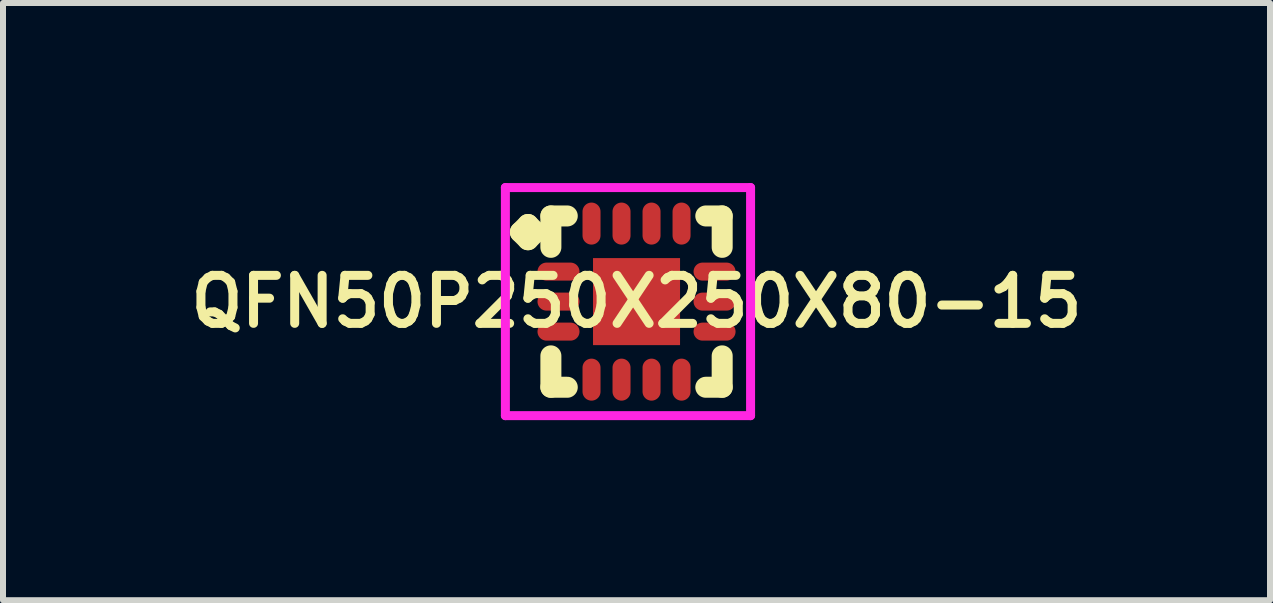
<source format=kicad_pcb>
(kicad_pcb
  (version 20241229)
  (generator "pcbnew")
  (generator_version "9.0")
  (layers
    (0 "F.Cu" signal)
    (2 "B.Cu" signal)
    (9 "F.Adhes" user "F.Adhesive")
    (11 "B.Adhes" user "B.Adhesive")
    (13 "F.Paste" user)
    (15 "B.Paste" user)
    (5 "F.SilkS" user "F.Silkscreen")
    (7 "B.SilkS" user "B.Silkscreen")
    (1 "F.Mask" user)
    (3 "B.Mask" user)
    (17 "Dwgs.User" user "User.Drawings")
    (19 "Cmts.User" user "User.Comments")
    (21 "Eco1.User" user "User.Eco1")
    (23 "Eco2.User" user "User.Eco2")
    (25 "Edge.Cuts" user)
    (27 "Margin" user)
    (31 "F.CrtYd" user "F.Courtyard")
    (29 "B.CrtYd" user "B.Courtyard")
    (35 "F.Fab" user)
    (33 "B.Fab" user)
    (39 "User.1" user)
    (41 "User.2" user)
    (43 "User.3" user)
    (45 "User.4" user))
  (footprint "QFN50P250X250X80-15"
    (layer "F.Cu")
    (at 7.555 1.975)
    (property "Reference" "QFN50P250X250X80-15" (at 0 0 0) (layer "F.SilkS") (effects (font (size 0.8 0.8) (thickness 0.15))))
    (attr through_hole)
    (fp_line (start -1.935 -1.158) (end -1.808 -1.285) (stroke (width 0.35) (type solid)) (layer "F.SilkS"))
    (fp_line (start -1.808 -1.285) (end -1.681 -1.158) (stroke (width 0.35) (type solid)) (layer "F.SilkS"))
    (fp_line (start -1.808 -1.031) (end -1.935 -1.158) (stroke (width 0.35) (type solid)) (layer "F.SilkS"))
    (fp_line (start -1.681 -1.158) (end -1.808 -1.031) (stroke (width 0.35) (type solid)) (layer "F.SilkS"))
    (fp_line (start -1.427 -1.427) (end -1.154 -1.427) (stroke (width 0.35) (type solid)) (layer "F.SilkS"))
    (fp_line (start -1.427 -0.904) (end -1.427 -1.427) (stroke (width 0.35) (type solid)) (layer "F.SilkS"))
    (fp_line (start -1.427 0.904) (end -1.427 1.427) (stroke (width 0.35) (type solid)) (layer "F.SilkS"))
    (fp_line (start -1.427 1.427) (end -1.154 1.427) (stroke (width 0.35) (type solid)) (layer "F.SilkS"))
    (fp_line (start 1.154 -1.427) (end 1.427 -1.427) (stroke (width 0.35) (type solid)) (layer "F.SilkS"))
    (fp_line (start 1.154 1.427) (end 1.427 1.427) (stroke (width 0.35) (type solid)) (layer "F.SilkS"))
    (fp_line (start 1.427 -1.427) (end 1.427 -0.904) (stroke (width 0.35) (type solid)) (layer "F.SilkS"))
    (fp_line (start 1.427 1.427) (end 1.427 0.904) (stroke (width 0.35) (type solid)) (layer "F.SilkS"))
    (fp_line (start -2.185 -1.9) (end 1.9 -1.9) (stroke (width 0.15) (type solid)) (layer "F.CrtYd"))
    (fp_line (start -2.185 1.9) (end -2.185 -1.9) (stroke (width 0.15) (type solid)) (layer "F.CrtYd"))
    (fp_line (start 1.9 -1.9) (end 1.9 1.9) (stroke (width 0.15) (type solid)) (layer "F.CrtYd"))
    (fp_line (start 1.9 1.9) (end -2.185 1.9) (stroke (width 0.15) (type solid)) (layer "F.CrtYd"))
    (pad "1" smd oval (at -1.3 -0.5) (size 0.7 0.3) (layers "F.Cu" "F.Mask" "F.Paste"))
    (pad "2" smd oval (at -1.3 0) (size 0.7 0.3) (layers "F.Cu" "F.Mask" "F.Paste"))
    (pad "3" smd oval (at -1.3 0.5) (size 0.7 0.3) (layers "F.Cu" "F.Mask" "F.Paste"))
    (pad "4" smd oval (at -0.75 1.3) (size 0.3 0.7) (layers "F.Cu" "F.Mask" "F.Paste"))
    (pad "5" smd oval (at -0.25 1.3) (size 0.3 0.7) (layers "F.Cu" "F.Mask" "F.Paste"))
    (pad "6" smd oval (at 0.25 1.3) (size 0.3 0.7) (layers "F.Cu" "F.Mask" "F.Paste"))
    (pad "7" smd oval (at 0.75 1.3) (size 0.3 0.7) (layers "F.Cu" "F.Mask" "F.Paste"))
    (pad "8" smd oval (at 1.3 0.5) (size 0.7 0.3) (layers "F.Cu" "F.Mask" "F.Paste"))
    (pad "9" smd oval (at 1.3 0) (size 0.7 0.3) (layers "F.Cu" "F.Mask" "F.Paste"))
    (pad "10" smd oval (at 1.3 -0.5) (size 0.7 0.3) (layers "F.Cu" "F.Mask" "F.Paste"))
    (pad "11" smd oval (at 0.75 -1.3) (size 0.3 0.7) (layers "F.Cu" "F.Mask" "F.Paste"))
    (pad "12" smd oval (at 0.25 -1.3) (size 0.3 0.7) (layers "F.Cu" "F.Mask" "F.Paste"))
    (pad "13" smd oval (at -0.25 -1.3) (size 0.3 0.7) (layers "F.Cu" "F.Mask" "F.Paste"))
    (pad "14" smd oval (at -0.75 -1.3) (size 0.3 0.7) (layers "F.Cu" "F.Mask" "F.Paste"))
    (pad "15" smd rect (at 0 0) (size 1.45 1.45) (layers "F.Cu" "F.Mask" "F.Paste")))
  (gr_rect
    (start -3 -3)
    (end 18.109 6.95)
    (stroke (width 0.1) (type default))
    (fill no)
    (layer "Edge.Cuts")))
</source>
